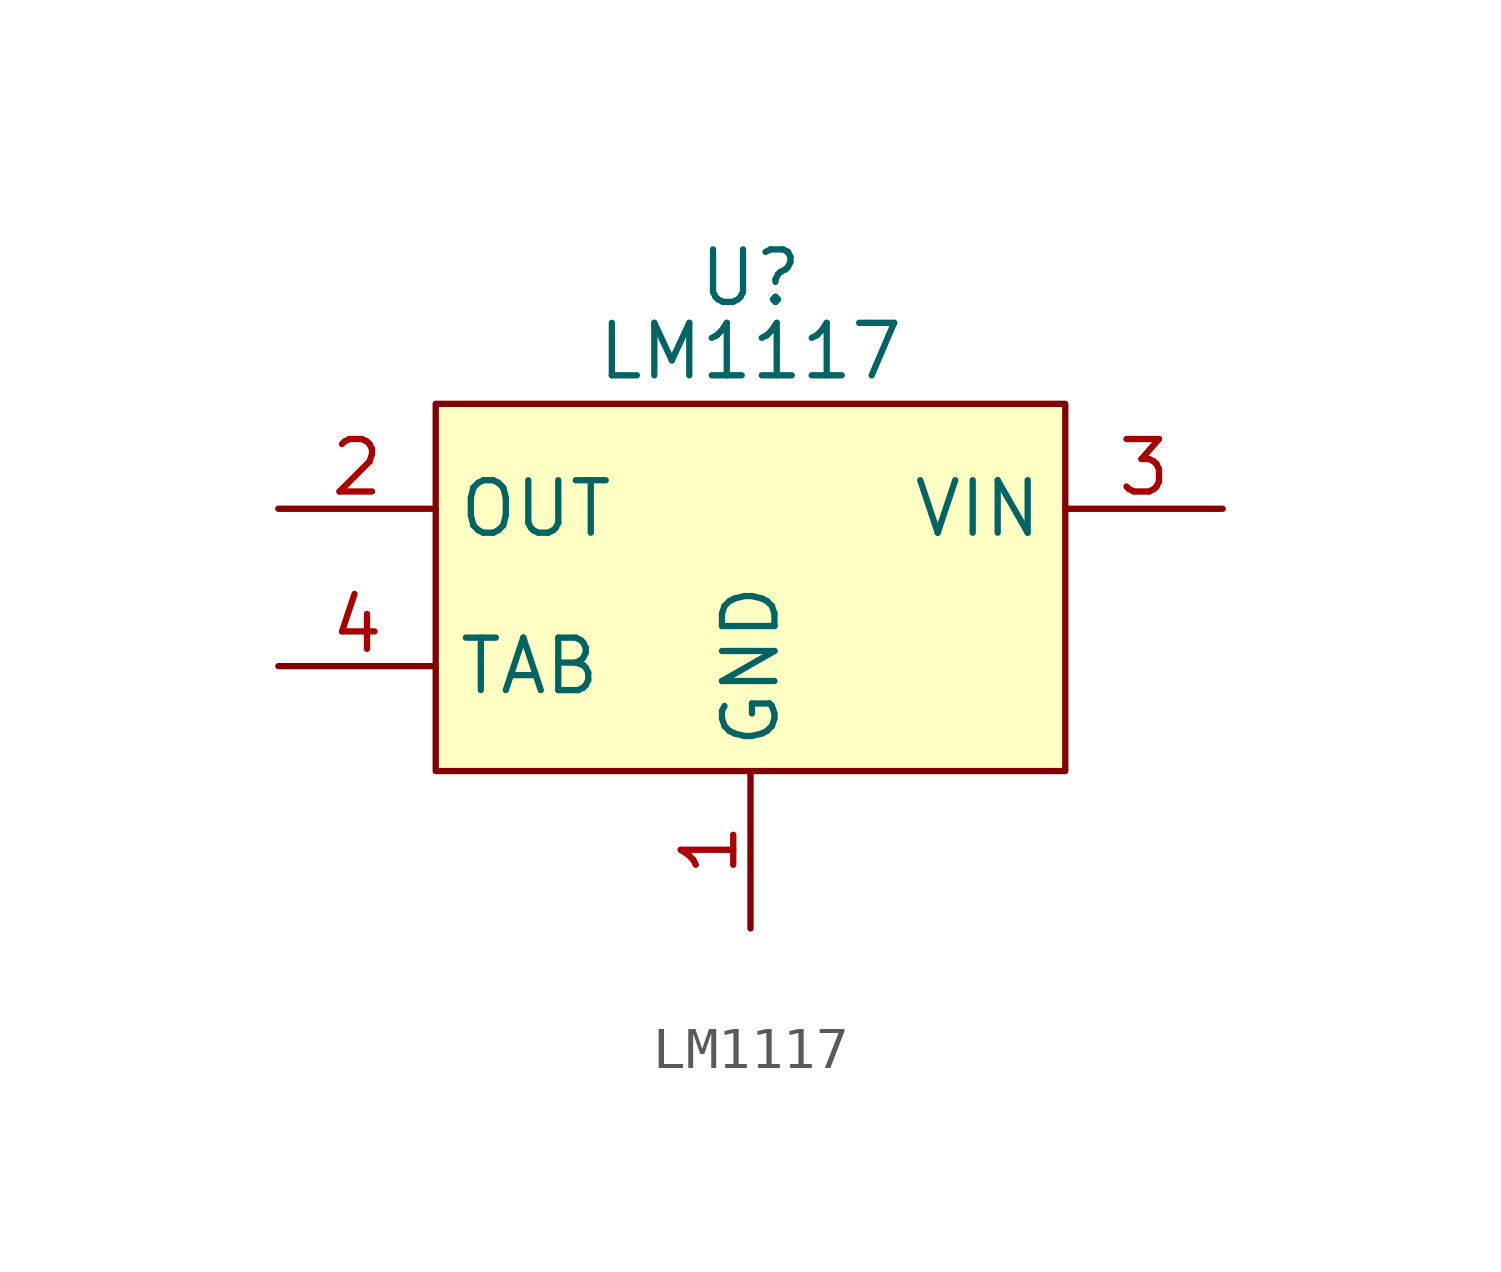
<source format=kicad_sym>
(kicad_symbol_lib
  (version 20241209)
  (generator "kicad_symbol_editor")
  (generator_version "9.0")
  (symbol "LM1117"
    (property "Reference" "U"
      (at 0 1.778 0)
      (effects (font (size 1.27 1.27))))
    (property "Value" "LM1117"
      (at 0 0 0)
      (effects (font (size 1.27 1.27))))
    (symbol "LM1117_1_1"
      (rectangle (start -7.62 -1.27) (end 7.62 -10.16) (stroke (width 0) (type solid)) (fill (type color) (color 255 255 195 1)))
      (pin output line (at -11.43 -3.81 0) (length 3.81) (name "OUT" (effects (font (size 1.27 1.27)))) (number "2" (effects (font (size 1.27 1.27)))))
      (pin output line (at -11.43 -7.62 0) (length 3.81) (name "TAB" (effects (font (size 1.27 1.27)))) (number "4" (effects (font (size 1.27 1.27)))))
      (pin output line (at 0 -13.97 90) (length 3.81) (name "GND" (effects (font (size 1.27 1.27)))) (number "1" (effects (font (size 1.27 1.27)))))
      (pin output line (at 11.43 -3.81 180) (length 3.81) (name "VIN" (effects (font (size 1.27 1.27)))) (number "3" (effects (font (size 1.27 1.27))))))))
</source>
